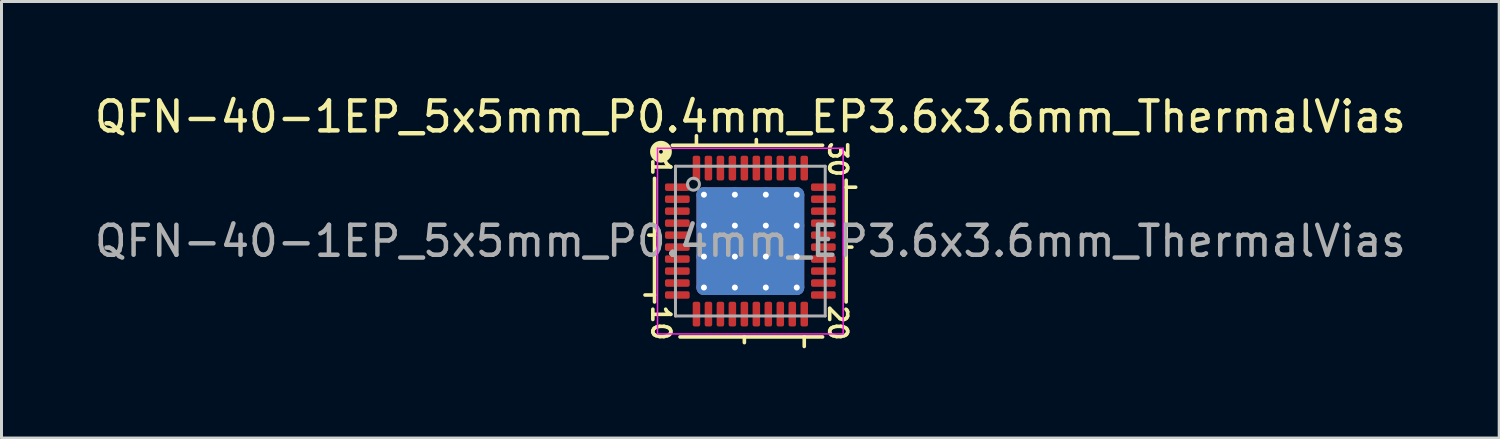
<source format=kicad_pcb>
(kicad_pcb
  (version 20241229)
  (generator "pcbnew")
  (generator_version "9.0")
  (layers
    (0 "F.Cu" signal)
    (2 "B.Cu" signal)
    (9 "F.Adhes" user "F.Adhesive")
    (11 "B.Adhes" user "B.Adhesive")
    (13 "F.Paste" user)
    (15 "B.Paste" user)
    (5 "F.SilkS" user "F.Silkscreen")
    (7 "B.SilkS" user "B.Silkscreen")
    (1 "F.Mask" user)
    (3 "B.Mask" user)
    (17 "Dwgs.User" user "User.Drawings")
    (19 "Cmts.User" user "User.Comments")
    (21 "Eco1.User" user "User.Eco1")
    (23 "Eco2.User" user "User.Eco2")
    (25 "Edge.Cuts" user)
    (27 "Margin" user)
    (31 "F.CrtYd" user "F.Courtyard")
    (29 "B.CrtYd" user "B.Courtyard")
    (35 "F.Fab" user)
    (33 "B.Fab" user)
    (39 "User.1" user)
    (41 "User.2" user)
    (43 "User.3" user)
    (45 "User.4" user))
  (footprint "QFN-40-1EP_5x5mm_P0.4mm_EP3.6x3.6mm_ThermalVias"
    (layer "F.Cu")
    (at 22.006 5.001)
    (property "Reference" "QFN-40-1EP_5x5mm_P0.4mm_EP3.6x3.6mm_ThermalVias" (at 0 -4.152 0) (layer "F.SilkS") (effects (font (size 1 1) (thickness 0.15))))
    (attr smd)
    (fp_line (start -3.2 -2.095) (end -3.2 2.032) (stroke (width 0.12) (type solid)) (layer "F.SilkS"))
    (fp_line (start -3.2 -0.2) (end -3.39 -0.2) (stroke (width 0.12) (type solid)) (layer "F.SilkS"))
    (fp_line (start -3.2 1.8) (end -3.518 1.8) (stroke (width 0.12) (type solid)) (layer "F.SilkS"))
    (fp_line (start -2.349 3.2) (end 2.413 3.2) (stroke (width 0.12) (type solid)) (layer "F.SilkS"))
    (fp_line (start -1.8 -3.2) (end -1.8 -3.518) (stroke (width 0.12) (type solid)) (layer "F.SilkS"))
    (fp_line (start -0.2 3.2) (end -0.2 3.39) (stroke (width 0.12) (type solid)) (layer "F.SilkS"))
    (fp_line (start 0.2 -3.2) (end 0.2 -3.39) (stroke (width 0.12) (type solid)) (layer "F.SilkS"))
    (fp_line (start 1.8 3.2) (end 1.8 3.518) (stroke (width 0.12) (type solid)) (layer "F.SilkS"))
    (fp_line (start 2.413 -3.2) (end -2.603 -3.2) (stroke (width 0.12) (type solid)) (layer "F.SilkS"))
    (fp_line (start 3.2 -1.8) (end 3.518 -1.8) (stroke (width 0.12) (type solid)) (layer "F.SilkS"))
    (fp_line (start 3.2 0.2) (end 3.39 0.2) (stroke (width 0.12) (type solid)) (layer "F.SilkS"))
    (fp_line (start 3.2 2.032) (end 3.2 -2.032) (stroke (width 0.12) (type solid)) (layer "F.SilkS"))
    (fp_circle (center -2.985 -2.985) (end -2.921 -2.985) (stroke (width 0.3) (type solid)) (fill no) (layer "F.SilkS"))
    (fp_line (start -3.1 -3.1) (end -3.1 3.1) (stroke (width 0.05) (type solid)) (layer "F.CrtYd"))
    (fp_line (start -3.1 3.1) (end 3.1 3.1) (stroke (width 0.05) (type solid)) (layer "F.CrtYd"))
    (fp_line (start 3.1 -3.1) (end -3.1 -3.1) (stroke (width 0.05) (type solid)) (layer "F.CrtYd"))
    (fp_line (start 3.1 3.1) (end 3.1 -3.1) (stroke (width 0.05) (type solid)) (layer "F.CrtYd"))
    (fp_line (start -2.5 -2.5) (end 2.5 -2.5) (stroke (width 0.1) (type solid)) (layer "F.Fab"))
    (fp_line (start -2.5 2.5) (end -2.5 -2.5) (stroke (width 0.1) (type solid)) (layer "F.Fab"))
    (fp_line (start 2.5 -2.5) (end 2.5 2.5) (stroke (width 0.1) (type solid)) (layer "F.Fab"))
    (fp_line (start 2.5 2.5) (end -2.5 2.5) (stroke (width 0.1) (type solid)) (layer "F.Fab"))
    (fp_circle (center -1.9 -1.9) (end -1.7 -1.9) (stroke (width 0.1) (type solid)) (fill no) (layer "F.Fab"))
    (fp_text user "1" (at -2.985 -2.477 270) (unlocked yes) (layer "F.SilkS") (effects (font (size 0.6 0.6) (thickness 0.12))))
    (fp_text user "30" (at 2.921 -2.731 270) (unlocked yes) (layer "F.SilkS") (effects (font (size 0.6 0.6) (thickness 0.12))))
    (fp_text user "20" (at 2.921 2.731 270) (unlocked yes) (layer "F.SilkS") (effects (font (size 0.6 0.6) (thickness 0.12))))
    (fp_text user "10" (at -2.985 2.731 270) (unlocked yes) (layer "F.SilkS") (effects (font (size 0.6 0.6) (thickness 0.12))))
    (fp_text user "${REFERENCE}" (at 0 0 0) (layer "F.Fab") (effects (font (size 1 1) (thickness 0.15))))
    (pad "" smd custom (at -1.033 -1.033) (size 0.803 0.803) (layers "F.Paste") (options (anchor circle)) (primitives (gr_poly (pts (xy 0.338 -0.233) (xy 0.338 0.233) (xy 0.233 0.338) (xy -0.233 0.338) (xy -0.338 0.233) (xy -0.338 -0.233) (xy -0.233 -0.338) (xy 0.233 -0.338)) (width 0.253) (fill yes))))
    (pad "" smd custom (at -1.033 0) (size 0.803 0.803) (layers "F.Paste") (options (anchor circle)) (primitives (gr_poly (pts (xy 0.338 -0.233) (xy 0.338 0.233) (xy 0.233 0.338) (xy -0.233 0.338) (xy -0.338 0.233) (xy -0.338 -0.233) (xy -0.233 -0.338) (xy 0.233 -0.338)) (width 0.253) (fill yes))))
    (pad "" smd custom (at -1.033 1.033) (size 0.803 0.803) (layers "F.Paste") (options (anchor circle)) (primitives (gr_poly (pts (xy 0.338 -0.233) (xy 0.338 0.233) (xy 0.233 0.338) (xy -0.233 0.338) (xy -0.338 0.233) (xy -0.338 -0.233) (xy -0.233 -0.338) (xy 0.233 -0.338)) (width 0.253) (fill yes))))
    (pad "" smd custom (at 0 -1.033) (size 0.803 0.803) (layers "F.Paste") (options (anchor circle)) (primitives (gr_poly (pts (xy 0.338 -0.233) (xy 0.338 0.233) (xy 0.233 0.338) (xy -0.233 0.338) (xy -0.338 0.233) (xy -0.338 -0.233) (xy -0.233 -0.338) (xy 0.233 -0.338)) (width 0.253) (fill yes))))
    (pad "" smd custom (at 0 0) (size 0.803 0.803) (layers "F.Paste") (options (anchor circle)) (primitives (gr_poly (pts (xy 0.338 -0.233) (xy 0.338 0.233) (xy 0.233 0.338) (xy -0.233 0.338) (xy -0.338 0.233) (xy -0.338 -0.233) (xy -0.233 -0.338) (xy 0.233 -0.338)) (width 0.253) (fill yes))))
    (pad "" smd custom (at 0 1.033) (size 0.803 0.803) (layers "F.Paste") (options (anchor circle)) (primitives (gr_poly (pts (xy 0.338 -0.233) (xy 0.338 0.233) (xy 0.233 0.338) (xy -0.233 0.338) (xy -0.338 0.233) (xy -0.338 -0.233) (xy -0.233 -0.338) (xy 0.233 -0.338)) (width 0.253) (fill yes))))
    (pad "" smd custom (at 1.033 -1.033) (size 0.803 0.803) (layers "F.Paste") (options (anchor circle)) (primitives (gr_poly (pts (xy 0.338 -0.233) (xy 0.338 0.233) (xy 0.233 0.338) (xy -0.233 0.338) (xy -0.338 0.233) (xy -0.338 -0.233) (xy -0.233 -0.338) (xy 0.233 -0.338)) (width 0.253) (fill yes))))
    (pad "" smd custom (at 1.033 0) (size 0.803 0.803) (layers "F.Paste") (options (anchor circle)) (primitives (gr_poly (pts (xy 0.338 -0.233) (xy 0.338 0.233) (xy 0.233 0.338) (xy -0.233 0.338) (xy -0.338 0.233) (xy -0.338 -0.233) (xy -0.233 -0.338) (xy 0.233 -0.338)) (width 0.253) (fill yes))))
    (pad "" smd custom (at 1.033 1.033) (size 0.803 0.803) (layers "F.Paste") (options (anchor circle)) (primitives (gr_poly (pts (xy 0.338 -0.233) (xy 0.338 0.233) (xy 0.233 0.338) (xy -0.233 0.338) (xy -0.338 0.233) (xy -0.338 -0.233) (xy -0.233 -0.338) (xy 0.233 -0.338)) (width 0.253) (fill yes))))
    (pad "1" smd roundrect (at -2.438 -1.8) (size 0.825 0.25) (layers "F.Cu" "F.Mask" "F.Paste") (roundrect_rratio 0.25))
    (pad "2" smd roundrect (at -2.438 -1.4) (size 0.825 0.25) (layers "F.Cu" "F.Mask" "F.Paste") (roundrect_rratio 0.25))
    (pad "3" smd roundrect (at -2.438 -1) (size 0.825 0.25) (layers "F.Cu" "F.Mask" "F.Paste") (roundrect_rratio 0.25))
    (pad "4" smd roundrect (at -2.438 -0.6) (size 0.825 0.25) (layers "F.Cu" "F.Mask" "F.Paste") (roundrect_rratio 0.25))
    (pad "5" smd roundrect (at -2.438 -0.2) (size 0.825 0.25) (layers "F.Cu" "F.Mask" "F.Paste") (roundrect_rratio 0.25))
    (pad "6" smd roundrect (at -2.438 0.2) (size 0.825 0.25) (layers "F.Cu" "F.Mask" "F.Paste") (roundrect_rratio 0.25))
    (pad "7" smd roundrect (at -2.438 0.6) (size 0.825 0.25) (layers "F.Cu" "F.Mask" "F.Paste") (roundrect_rratio 0.25))
    (pad "8" smd roundrect (at -2.438 1) (size 0.825 0.25) (layers "F.Cu" "F.Mask" "F.Paste") (roundrect_rratio 0.25))
    (pad "9" smd roundrect (at -2.438 1.4) (size 0.825 0.25) (layers "F.Cu" "F.Mask" "F.Paste") (roundrect_rratio 0.25))
    (pad "10" smd roundrect (at -2.438 1.8) (size 0.825 0.25) (layers "F.Cu" "F.Mask" "F.Paste") (roundrect_rratio 0.25))
    (pad "11" smd roundrect (at -1.8 2.438) (size 0.25 0.825) (layers "F.Cu" "F.Mask" "F.Paste") (roundrect_rratio 0.25))
    (pad "12" smd roundrect (at -1.4 2.438) (size 0.25 0.825) (layers "F.Cu" "F.Mask" "F.Paste") (roundrect_rratio 0.25))
    (pad "13" smd roundrect (at -1 2.438) (size 0.25 0.825) (layers "F.Cu" "F.Mask" "F.Paste") (roundrect_rratio 0.25))
    (pad "14" smd roundrect (at -0.6 2.438) (size 0.25 0.825) (layers "F.Cu" "F.Mask" "F.Paste") (roundrect_rratio 0.25))
    (pad "15" smd roundrect (at -0.2 2.438) (size 0.25 0.825) (layers "F.Cu" "F.Mask" "F.Paste") (roundrect_rratio 0.25))
    (pad "16" smd roundrect (at 0.2 2.438) (size 0.25 0.825) (layers "F.Cu" "F.Mask" "F.Paste") (roundrect_rratio 0.25))
    (pad "17" smd roundrect (at 0.6 2.438) (size 0.25 0.825) (layers "F.Cu" "F.Mask" "F.Paste") (roundrect_rratio 0.25))
    (pad "18" smd roundrect (at 1 2.438) (size 0.25 0.825) (layers "F.Cu" "F.Mask" "F.Paste") (roundrect_rratio 0.25))
    (pad "19" smd roundrect (at 1.4 2.438) (size 0.25 0.825) (layers "F.Cu" "F.Mask" "F.Paste") (roundrect_rratio 0.25))
    (pad "20" smd roundrect (at 1.8 2.438) (size 0.25 0.825) (layers "F.Cu" "F.Mask" "F.Paste") (roundrect_rratio 0.25))
    (pad "21" smd roundrect (at 2.438 1.8) (size 0.825 0.25) (layers "F.Cu" "F.Mask" "F.Paste") (roundrect_rratio 0.25))
    (pad "22" smd roundrect (at 2.438 1.4) (size 0.825 0.25) (layers "F.Cu" "F.Mask" "F.Paste") (roundrect_rratio 0.25))
    (pad "23" smd roundrect (at 2.438 1) (size 0.825 0.25) (layers "F.Cu" "F.Mask" "F.Paste") (roundrect_rratio 0.25))
    (pad "24" smd roundrect (at 2.438 0.6) (size 0.825 0.25) (layers "F.Cu" "F.Mask" "F.Paste") (roundrect_rratio 0.25))
    (pad "25" smd roundrect (at 2.438 0.2) (size 0.825 0.25) (layers "F.Cu" "F.Mask" "F.Paste") (roundrect_rratio 0.25))
    (pad "26" smd roundrect (at 2.438 -0.2) (size 0.825 0.25) (layers "F.Cu" "F.Mask" "F.Paste") (roundrect_rratio 0.25))
    (pad "27" smd roundrect (at 2.438 -0.6) (size 0.825 0.25) (layers "F.Cu" "F.Mask" "F.Paste") (roundrect_rratio 0.25))
    (pad "28" smd roundrect (at 2.438 -1) (size 0.825 0.25) (layers "F.Cu" "F.Mask" "F.Paste") (roundrect_rratio 0.25))
    (pad "29" smd roundrect (at 2.438 -1.4) (size 0.825 0.25) (layers "F.Cu" "F.Mask" "F.Paste") (roundrect_rratio 0.25))
    (pad "30" smd roundrect (at 2.438 -1.8) (size 0.825 0.25) (layers "F.Cu" "F.Mask" "F.Paste") (roundrect_rratio 0.25))
    (pad "31" smd roundrect (at 1.8 -2.438) (size 0.25 0.825) (layers "F.Cu" "F.Mask" "F.Paste") (roundrect_rratio 0.25))
    (pad "32" smd roundrect (at 1.4 -2.438) (size 0.25 0.825) (layers "F.Cu" "F.Mask" "F.Paste") (roundrect_rratio 0.25))
    (pad "33" smd roundrect (at 1 -2.438) (size 0.25 0.825) (layers "F.Cu" "F.Mask" "F.Paste") (roundrect_rratio 0.25))
    (pad "34" smd roundrect (at 0.6 -2.438) (size 0.25 0.825) (layers "F.Cu" "F.Mask" "F.Paste") (roundrect_rratio 0.25))
    (pad "35" smd roundrect (at 0.2 -2.438) (size 0.25 0.825) (layers "F.Cu" "F.Mask" "F.Paste") (roundrect_rratio 0.25))
    (pad "36" smd roundrect (at -0.2 -2.438) (size 0.25 0.825) (layers "F.Cu" "F.Mask" "F.Paste") (roundrect_rratio 0.25))
    (pad "37" smd roundrect (at -0.6 -2.438) (size 0.25 0.825) (layers "F.Cu" "F.Mask" "F.Paste") (roundrect_rratio 0.25))
    (pad "38" smd roundrect (at -1 -2.438) (size 0.25 0.825) (layers "F.Cu" "F.Mask" "F.Paste") (roundrect_rratio 0.25))
    (pad "39" smd roundrect (at -1.4 -2.438) (size 0.25 0.825) (layers "F.Cu" "F.Mask" "F.Paste") (roundrect_rratio 0.25))
    (pad "40" smd roundrect (at -1.8 -2.438) (size 0.25 0.825) (layers "F.Cu" "F.Mask" "F.Paste") (roundrect_rratio 0.25))
    (pad "41" thru_hole circle (at -1.55 -1.55) (size 0.5 0.5) (drill 0.2) (property pad_prop_heatsink) (layers "*.Cu"))
    (pad "41" thru_hole circle (at -1.55 -0.517) (size 0.5 0.5) (drill 0.2) (property pad_prop_heatsink) (layers "*.Cu"))
    (pad "41" thru_hole circle (at -1.55 0.517) (size 0.5 0.5) (drill 0.2) (property pad_prop_heatsink) (layers "*.Cu"))
    (pad "41" thru_hole circle (at -1.55 1.55) (size 0.5 0.5) (drill 0.2) (property pad_prop_heatsink) (layers "*.Cu"))
    (pad "41" thru_hole circle (at -0.517 -1.55) (size 0.5 0.5) (drill 0.2) (property pad_prop_heatsink) (layers "*.Cu"))
    (pad "41" thru_hole circle (at -0.517 -0.517) (size 0.5 0.5) (drill 0.2) (property pad_prop_heatsink) (layers "*.Cu"))
    (pad "41" thru_hole circle (at -0.517 0.517) (size 0.5 0.5) (drill 0.2) (property pad_prop_heatsink) (layers "*.Cu"))
    (pad "41" thru_hole circle (at -0.517 1.55) (size 0.5 0.5) (drill 0.2) (property pad_prop_heatsink) (layers "*.Cu"))
    (pad "41" smd roundrect (at 0 0) (size 3.6 3.6) (layers "F.Cu" "F.Mask") (roundrect_rratio 0.069))
    (pad "41" smd roundrect (at 0 0) (size 3.6 3.6) (layers "B.Cu" "B.Mask") (roundrect_rratio 0.069))
    (pad "41" thru_hole circle (at 0.517 -1.55) (size 0.5 0.5) (drill 0.2) (property pad_prop_heatsink) (layers "*.Cu"))
    (pad "41" thru_hole circle (at 0.517 -0.517) (size 0.5 0.5) (drill 0.2) (property pad_prop_heatsink) (layers "*.Cu"))
    (pad "41" thru_hole circle (at 0.517 0.517) (size 0.5 0.5) (drill 0.2) (property pad_prop_heatsink) (layers "*.Cu"))
    (pad "41" thru_hole circle (at 0.517 1.55) (size 0.5 0.5) (drill 0.2) (property pad_prop_heatsink) (layers "*.Cu"))
    (pad "41" thru_hole circle (at 1.55 -1.55) (size 0.5 0.5) (drill 0.2) (property pad_prop_heatsink) (layers "*.Cu"))
    (pad "41" thru_hole circle (at 1.55 -0.517) (size 0.5 0.5) (drill 0.2) (property pad_prop_heatsink) (layers "*.Cu"))
    (pad "41" thru_hole circle (at 1.55 0.517) (size 0.5 0.5) (drill 0.2) (property pad_prop_heatsink) (layers "*.Cu"))
    (pad "41" thru_hole circle (at 1.55 1.55) (size 0.5 0.5) (drill 0.2) (property pad_prop_heatsink) (layers "*.Cu")))
  (gr_rect
    (start -3 -3)
    (end 47.012 11.578)
    (stroke (width 0.1) (type default))
    (fill no)
    (layer "Edge.Cuts")))
</source>
